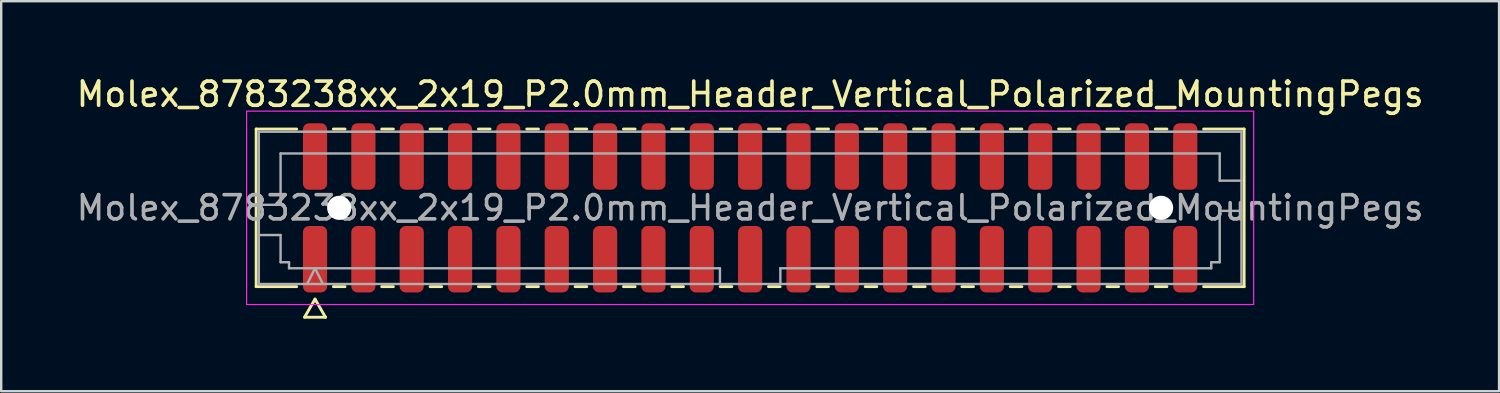
<source format=kicad_pcb>
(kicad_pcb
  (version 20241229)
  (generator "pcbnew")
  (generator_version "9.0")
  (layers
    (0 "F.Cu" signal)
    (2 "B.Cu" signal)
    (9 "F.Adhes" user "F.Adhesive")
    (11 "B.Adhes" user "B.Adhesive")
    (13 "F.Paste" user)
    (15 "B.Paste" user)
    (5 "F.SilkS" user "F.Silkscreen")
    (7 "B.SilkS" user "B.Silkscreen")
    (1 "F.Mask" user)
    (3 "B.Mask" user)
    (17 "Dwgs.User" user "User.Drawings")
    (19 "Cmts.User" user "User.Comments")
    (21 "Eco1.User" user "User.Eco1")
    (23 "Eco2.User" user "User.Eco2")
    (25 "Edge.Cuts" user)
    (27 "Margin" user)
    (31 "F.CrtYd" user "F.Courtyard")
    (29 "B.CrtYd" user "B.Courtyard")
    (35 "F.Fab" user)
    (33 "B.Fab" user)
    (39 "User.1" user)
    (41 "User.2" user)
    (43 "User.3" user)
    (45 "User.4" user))
  (footprint "Molex_8783238xx_2x19_P2.0mm_Header_Vertical_Polarized_MountingPegs"
    (layer "F.Cu")
    (at 27.982 5.548)
    (property "Reference" "Molex_8783238xx_2x19_P2.0mm_Header_Vertical_Polarized_MountingPegs" (at 0 -4.7 0) (layer "F.SilkS") (effects (font (size 1 1) (thickness 0.15))))
    (attr smd)
    (fp_line (start -20.435 -3.26) (end -18.76 -3.26) (stroke (width 0.12) (type solid)) (layer "F.SilkS"))
    (fp_line (start -20.435 3.26) (end -20.435 -3.26) (stroke (width 0.12) (type solid)) (layer "F.SilkS"))
    (fp_line (start -18.76 3.26) (end -20.435 3.26) (stroke (width 0.12) (type solid)) (layer "F.SilkS"))
    (fp_line (start -18.433 4.525) (end -18 3.775) (stroke (width 0.12) (type solid)) (layer "F.SilkS"))
    (fp_line (start -18 3.775) (end -17.567 4.525) (stroke (width 0.12) (type solid)) (layer "F.SilkS"))
    (fp_line (start -17.567 4.525) (end -18.433 4.525) (stroke (width 0.12) (type solid)) (layer "F.SilkS"))
    (fp_line (start -17.24 -3.26) (end -16.76 -3.26) (stroke (width 0.12) (type solid)) (layer "F.SilkS"))
    (fp_line (start -16.76 3.26) (end -17.24 3.26) (stroke (width 0.12) (type solid)) (layer "F.SilkS"))
    (fp_line (start -15.24 -3.26) (end -14.76 -3.26) (stroke (width 0.12) (type solid)) (layer "F.SilkS"))
    (fp_line (start -14.76 3.26) (end -15.24 3.26) (stroke (width 0.12) (type solid)) (layer "F.SilkS"))
    (fp_line (start -13.24 -3.26) (end -12.76 -3.26) (stroke (width 0.12) (type solid)) (layer "F.SilkS"))
    (fp_line (start -12.76 3.26) (end -13.24 3.26) (stroke (width 0.12) (type solid)) (layer "F.SilkS"))
    (fp_line (start -11.24 -3.26) (end -10.76 -3.26) (stroke (width 0.12) (type solid)) (layer "F.SilkS"))
    (fp_line (start -10.76 3.26) (end -11.24 3.26) (stroke (width 0.12) (type solid)) (layer "F.SilkS"))
    (fp_line (start -9.24 -3.26) (end -8.76 -3.26) (stroke (width 0.12) (type solid)) (layer "F.SilkS"))
    (fp_line (start -8.76 3.26) (end -9.24 3.26) (stroke (width 0.12) (type solid)) (layer "F.SilkS"))
    (fp_line (start -7.24 -3.26) (end -6.76 -3.26) (stroke (width 0.12) (type solid)) (layer "F.SilkS"))
    (fp_line (start -6.76 3.26) (end -7.24 3.26) (stroke (width 0.12) (type solid)) (layer "F.SilkS"))
    (fp_line (start -5.24 -3.26) (end -4.76 -3.26) (stroke (width 0.12) (type solid)) (layer "F.SilkS"))
    (fp_line (start -4.76 3.26) (end -5.24 3.26) (stroke (width 0.12) (type solid)) (layer "F.SilkS"))
    (fp_line (start -3.24 -3.26) (end -2.76 -3.26) (stroke (width 0.12) (type solid)) (layer "F.SilkS"))
    (fp_line (start -2.76 3.26) (end -3.24 3.26) (stroke (width 0.12) (type solid)) (layer "F.SilkS"))
    (fp_line (start -1.24 -3.26) (end -0.76 -3.26) (stroke (width 0.12) (type solid)) (layer "F.SilkS"))
    (fp_line (start -0.76 3.26) (end -1.24 3.26) (stroke (width 0.12) (type solid)) (layer "F.SilkS"))
    (fp_line (start 0.76 -3.26) (end 1.24 -3.26) (stroke (width 0.12) (type solid)) (layer "F.SilkS"))
    (fp_line (start 1.24 3.26) (end 0.76 3.26) (stroke (width 0.12) (type solid)) (layer "F.SilkS"))
    (fp_line (start 2.76 -3.26) (end 3.24 -3.26) (stroke (width 0.12) (type solid)) (layer "F.SilkS"))
    (fp_line (start 3.24 3.26) (end 2.76 3.26) (stroke (width 0.12) (type solid)) (layer "F.SilkS"))
    (fp_line (start 4.76 -3.26) (end 5.24 -3.26) (stroke (width 0.12) (type solid)) (layer "F.SilkS"))
    (fp_line (start 5.24 3.26) (end 4.76 3.26) (stroke (width 0.12) (type solid)) (layer "F.SilkS"))
    (fp_line (start 6.76 -3.26) (end 7.24 -3.26) (stroke (width 0.12) (type solid)) (layer "F.SilkS"))
    (fp_line (start 7.24 3.26) (end 6.76 3.26) (stroke (width 0.12) (type solid)) (layer "F.SilkS"))
    (fp_line (start 8.76 -3.26) (end 9.24 -3.26) (stroke (width 0.12) (type solid)) (layer "F.SilkS"))
    (fp_line (start 9.24 3.26) (end 8.76 3.26) (stroke (width 0.12) (type solid)) (layer "F.SilkS"))
    (fp_line (start 10.76 -3.26) (end 11.24 -3.26) (stroke (width 0.12) (type solid)) (layer "F.SilkS"))
    (fp_line (start 11.24 3.26) (end 10.76 3.26) (stroke (width 0.12) (type solid)) (layer "F.SilkS"))
    (fp_line (start 12.76 -3.26) (end 13.24 -3.26) (stroke (width 0.12) (type solid)) (layer "F.SilkS"))
    (fp_line (start 13.24 3.26) (end 12.76 3.26) (stroke (width 0.12) (type solid)) (layer "F.SilkS"))
    (fp_line (start 14.76 -3.26) (end 15.24 -3.26) (stroke (width 0.12) (type solid)) (layer "F.SilkS"))
    (fp_line (start 15.24 3.26) (end 14.76 3.26) (stroke (width 0.12) (type solid)) (layer "F.SilkS"))
    (fp_line (start 16.76 -3.26) (end 17.24 -3.26) (stroke (width 0.12) (type solid)) (layer "F.SilkS"))
    (fp_line (start 17.24 3.26) (end 16.76 3.26) (stroke (width 0.12) (type solid)) (layer "F.SilkS"))
    (fp_line (start 18.76 -3.26) (end 20.435 -3.26) (stroke (width 0.12) (type solid)) (layer "F.SilkS"))
    (fp_line (start 20.435 -3.26) (end 20.435 3.26) (stroke (width 0.12) (type solid)) (layer "F.SilkS"))
    (fp_line (start 20.435 3.26) (end 18.76 3.26) (stroke (width 0.12) (type solid)) (layer "F.SilkS"))
    (fp_rect (start -20.83 -4) (end 20.83 4) (stroke (width 0.05) (type solid)) (fill no) (layer "F.CrtYd"))
    (fp_line (start -20.325 -3.15) (end 20.325 -3.15) (stroke (width 0.1) (type solid)) (layer "F.Fab"))
    (fp_line (start -20.325 -0.125) (end -19.425 -0.125) (stroke (width 0.1) (type solid)) (layer "F.Fab"))
    (fp_line (start -20.325 1.125) (end -19.425 1.125) (stroke (width 0.1) (type solid)) (layer "F.Fab"))
    (fp_line (start -20.325 3.15) (end -20.325 -3.15) (stroke (width 0.1) (type solid)) (layer "F.Fab"))
    (fp_line (start -19.425 -2.25) (end 19.425 -2.25) (stroke (width 0.1) (type solid)) (layer "F.Fab"))
    (fp_line (start -19.425 -0.125) (end -19.425 -2.25) (stroke (width 0.1) (type solid)) (layer "F.Fab"))
    (fp_line (start -19.425 1.125) (end -19.425 2.25) (stroke (width 0.1) (type solid)) (layer "F.Fab"))
    (fp_line (start -19.425 2.25) (end -19.075 2.25) (stroke (width 0.1) (type solid)) (layer "F.Fab"))
    (fp_line (start -19.075 2.25) (end -19.075 2.5) (stroke (width 0.1) (type solid)) (layer "F.Fab"))
    (fp_line (start -19.075 2.5) (end -1.25 2.5) (stroke (width 0.1) (type solid)) (layer "F.Fab"))
    (fp_line (start -18.325 3.15) (end -18 2.5) (stroke (width 0.1) (type solid)) (layer "F.Fab"))
    (fp_line (start -18 2.5) (end -17.675 3.15) (stroke (width 0.1) (type solid)) (layer "F.Fab"))
    (fp_line (start -1.25 2.5) (end -1.25 3.15) (stroke (width 0.1) (type solid)) (layer "F.Fab"))
    (fp_line (start 1.25 2.5) (end 1.25 3.15) (stroke (width 0.1) (type solid)) (layer "F.Fab"))
    (fp_line (start 1.25 2.5) (end 19.075 2.5) (stroke (width 0.1) (type solid)) (layer "F.Fab"))
    (fp_line (start 19.075 2.25) (end 19.425 2.25) (stroke (width 0.1) (type solid)) (layer "F.Fab"))
    (fp_line (start 19.075 2.5) (end 19.075 2.25) (stroke (width 0.1) (type solid)) (layer "F.Fab"))
    (fp_line (start 19.425 -2.25) (end 19.425 -1.125) (stroke (width 0.1) (type solid)) (layer "F.Fab"))
    (fp_line (start 19.425 -1.125) (end 20.325 -1.125) (stroke (width 0.1) (type solid)) (layer "F.Fab"))
    (fp_line (start 19.425 0.125) (end 20.325 0.125) (stroke (width 0.1) (type solid)) (layer "F.Fab"))
    (fp_line (start 19.425 2.25) (end 19.425 0.125) (stroke (width 0.1) (type solid)) (layer "F.Fab"))
    (fp_line (start 20.325 -3.15) (end 20.325 3.15) (stroke (width 0.1) (type solid)) (layer "F.Fab"))
    (fp_line (start 20.325 3.15) (end -20.325 3.15) (stroke (width 0.1) (type solid)) (layer "F.Fab"))
    (fp_text user "${REFERENCE}" (at 0 0 0) (layer "F.Fab") (effects (font (size 1 1) (thickness 0.15))))
    (pad "" np_thru_hole circle (at -17 0) (size 1 1) (drill 1) (layers "*.Cu" "*.Mask"))
    (pad "" np_thru_hole circle (at 17 0) (size 1 1) (drill 1) (layers "*.Cu" "*.Mask"))
    (pad "1" smd roundrect (at -18 2.125) (size 1 2.75) (layers "F.Cu" "F.Mask" "F.Paste") (roundrect_rratio 0.25))
    (pad "2" smd roundrect (at -18 -2.125) (size 1 2.75) (layers "F.Cu" "F.Mask" "F.Paste") (roundrect_rratio 0.25))
    (pad "3" smd roundrect (at -16 2.125) (size 1 2.75) (layers "F.Cu" "F.Mask" "F.Paste") (roundrect_rratio 0.25))
    (pad "4" smd roundrect (at -16 -2.125) (size 1 2.75) (layers "F.Cu" "F.Mask" "F.Paste") (roundrect_rratio 0.25))
    (pad "5" smd roundrect (at -14 2.125) (size 1 2.75) (layers "F.Cu" "F.Mask" "F.Paste") (roundrect_rratio 0.25))
    (pad "6" smd roundrect (at -14 -2.125) (size 1 2.75) (layers "F.Cu" "F.Mask" "F.Paste") (roundrect_rratio 0.25))
    (pad "7" smd roundrect (at -12 2.125) (size 1 2.75) (layers "F.Cu" "F.Mask" "F.Paste") (roundrect_rratio 0.25))
    (pad "8" smd roundrect (at -12 -2.125) (size 1 2.75) (layers "F.Cu" "F.Mask" "F.Paste") (roundrect_rratio 0.25))
    (pad "9" smd roundrect (at -10 2.125) (size 1 2.75) (layers "F.Cu" "F.Mask" "F.Paste") (roundrect_rratio 0.25))
    (pad "10" smd roundrect (at -10 -2.125) (size 1 2.75) (layers "F.Cu" "F.Mask" "F.Paste") (roundrect_rratio 0.25))
    (pad "11" smd roundrect (at -8 2.125) (size 1 2.75) (layers "F.Cu" "F.Mask" "F.Paste") (roundrect_rratio 0.25))
    (pad "12" smd roundrect (at -8 -2.125) (size 1 2.75) (layers "F.Cu" "F.Mask" "F.Paste") (roundrect_rratio 0.25))
    (pad "13" smd roundrect (at -6 2.125) (size 1 2.75) (layers "F.Cu" "F.Mask" "F.Paste") (roundrect_rratio 0.25))
    (pad "14" smd roundrect (at -6 -2.125) (size 1 2.75) (layers "F.Cu" "F.Mask" "F.Paste") (roundrect_rratio 0.25))
    (pad "15" smd roundrect (at -4 2.125) (size 1 2.75) (layers "F.Cu" "F.Mask" "F.Paste") (roundrect_rratio 0.25))
    (pad "16" smd roundrect (at -4 -2.125) (size 1 2.75) (layers "F.Cu" "F.Mask" "F.Paste") (roundrect_rratio 0.25))
    (pad "17" smd roundrect (at -2 2.125) (size 1 2.75) (layers "F.Cu" "F.Mask" "F.Paste") (roundrect_rratio 0.25))
    (pad "18" smd roundrect (at -2 -2.125) (size 1 2.75) (layers "F.Cu" "F.Mask" "F.Paste") (roundrect_rratio 0.25))
    (pad "19" smd roundrect (at 0 2.125) (size 1 2.75) (layers "F.Cu" "F.Mask" "F.Paste") (roundrect_rratio 0.25))
    (pad "20" smd roundrect (at 0 -2.125) (size 1 2.75) (layers "F.Cu" "F.Mask" "F.Paste") (roundrect_rratio 0.25))
    (pad "21" smd roundrect (at 2 2.125) (size 1 2.75) (layers "F.Cu" "F.Mask" "F.Paste") (roundrect_rratio 0.25))
    (pad "22" smd roundrect (at 2 -2.125) (size 1 2.75) (layers "F.Cu" "F.Mask" "F.Paste") (roundrect_rratio 0.25))
    (pad "23" smd roundrect (at 4 2.125) (size 1 2.75) (layers "F.Cu" "F.Mask" "F.Paste") (roundrect_rratio 0.25))
    (pad "24" smd roundrect (at 4 -2.125) (size 1 2.75) (layers "F.Cu" "F.Mask" "F.Paste") (roundrect_rratio 0.25))
    (pad "25" smd roundrect (at 6 2.125) (size 1 2.75) (layers "F.Cu" "F.Mask" "F.Paste") (roundrect_rratio 0.25))
    (pad "26" smd roundrect (at 6 -2.125) (size 1 2.75) (layers "F.Cu" "F.Mask" "F.Paste") (roundrect_rratio 0.25))
    (pad "27" smd roundrect (at 8 2.125) (size 1 2.75) (layers "F.Cu" "F.Mask" "F.Paste") (roundrect_rratio 0.25))
    (pad "28" smd roundrect (at 8 -2.125) (size 1 2.75) (layers "F.Cu" "F.Mask" "F.Paste") (roundrect_rratio 0.25))
    (pad "29" smd roundrect (at 10 2.125) (size 1 2.75) (layers "F.Cu" "F.Mask" "F.Paste") (roundrect_rratio 0.25))
    (pad "30" smd roundrect (at 10 -2.125) (size 1 2.75) (layers "F.Cu" "F.Mask" "F.Paste") (roundrect_rratio 0.25))
    (pad "31" smd roundrect (at 12 2.125) (size 1 2.75) (layers "F.Cu" "F.Mask" "F.Paste") (roundrect_rratio 0.25))
    (pad "32" smd roundrect (at 12 -2.125) (size 1 2.75) (layers "F.Cu" "F.Mask" "F.Paste") (roundrect_rratio 0.25))
    (pad "33" smd roundrect (at 14 2.125) (size 1 2.75) (layers "F.Cu" "F.Mask" "F.Paste") (roundrect_rratio 0.25))
    (pad "34" smd roundrect (at 14 -2.125) (size 1 2.75) (layers "F.Cu" "F.Mask" "F.Paste") (roundrect_rratio 0.25))
    (pad "35" smd roundrect (at 16 2.125) (size 1 2.75) (layers "F.Cu" "F.Mask" "F.Paste") (roundrect_rratio 0.25))
    (pad "36" smd roundrect (at 16 -2.125) (size 1 2.75) (layers "F.Cu" "F.Mask" "F.Paste") (roundrect_rratio 0.25))
    (pad "37" smd roundrect (at 18 2.125) (size 1 2.75) (layers "F.Cu" "F.Mask" "F.Paste") (roundrect_rratio 0.25))
    (pad "38" smd roundrect (at 18 -2.125) (size 1 2.75) (layers "F.Cu" "F.Mask" "F.Paste") (roundrect_rratio 0.25)))
  (gr_rect
    (start -3 -3)
    (end 58.964 13.133)
    (stroke (width 0.1) (type default))
    (fill no)
    (layer "Edge.Cuts")))
</source>
